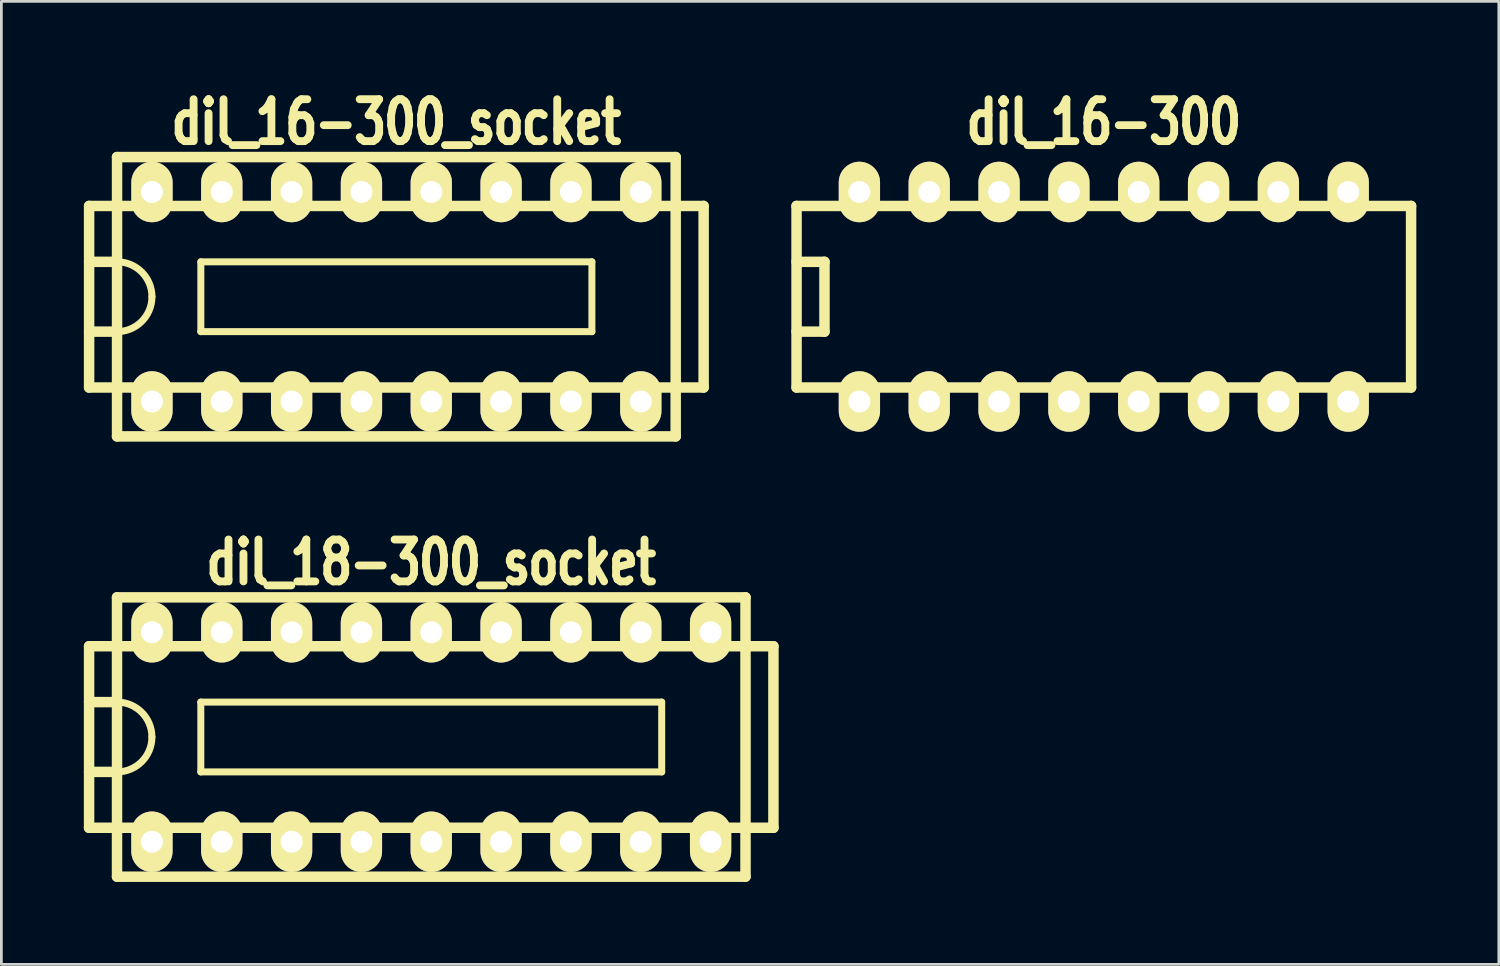
<source format=kicad_pcb>
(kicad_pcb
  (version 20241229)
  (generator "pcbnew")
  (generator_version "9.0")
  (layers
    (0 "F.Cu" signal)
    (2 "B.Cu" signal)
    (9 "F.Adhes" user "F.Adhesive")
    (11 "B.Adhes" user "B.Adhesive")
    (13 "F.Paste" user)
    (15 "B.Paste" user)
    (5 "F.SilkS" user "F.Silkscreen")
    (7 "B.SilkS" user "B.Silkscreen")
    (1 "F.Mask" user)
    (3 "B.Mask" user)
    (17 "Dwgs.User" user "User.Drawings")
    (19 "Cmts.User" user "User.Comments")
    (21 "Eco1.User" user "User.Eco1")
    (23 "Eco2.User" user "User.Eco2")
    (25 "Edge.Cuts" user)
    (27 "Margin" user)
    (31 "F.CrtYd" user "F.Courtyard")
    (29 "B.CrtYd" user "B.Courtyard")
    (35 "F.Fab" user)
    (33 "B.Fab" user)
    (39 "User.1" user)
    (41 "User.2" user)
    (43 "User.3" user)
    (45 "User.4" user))
  (footprint "dil_18-300_socket"
    (layer "F.Cu")
    (at 12.636 23.757)
    (property "Reference" "dil_18-300_socket" (at 0 -6.35 0) (layer "F.SilkS") (effects (font (size 1.524 1.143) (thickness 0.287))))
    (attr through_hole)
    (fp_line (start -12.446 -3.302) (end 12.446 -3.302) (stroke (width 0.381) (type solid)) (layer "F.SilkS"))
    (fp_line (start -12.446 3.302) (end -12.446 -3.302) (stroke (width 0.381) (type solid)) (layer "F.SilkS"))
    (fp_line (start -12.446 3.302) (end 12.446 3.302) (stroke (width 0.381) (type solid)) (layer "F.SilkS"))
    (fp_line (start -11.43 -5.08) (end 11.43 -5.08) (stroke (width 0.381) (type solid)) (layer "F.SilkS"))
    (fp_line (start -11.43 -1.27) (end -12.446 -1.27) (stroke (width 0.381) (type solid)) (layer "F.SilkS"))
    (fp_line (start -11.43 1.27) (end -12.446 1.27) (stroke (width 0.381) (type solid)) (layer "F.SilkS"))
    (fp_line (start -11.43 5.08) (end -11.43 -5.08) (stroke (width 0.381) (type solid)) (layer "F.SilkS"))
    (fp_line (start -8.382 -1.27) (end -8.382 1.27) (stroke (width 0.254) (type solid)) (layer "F.SilkS"))
    (fp_line (start -8.382 -1.27) (end 8.382 -1.27) (stroke (width 0.254) (type solid)) (layer "F.SilkS"))
    (fp_line (start 8.382 1.27) (end -8.382 1.27) (stroke (width 0.254) (type solid)) (layer "F.SilkS"))
    (fp_line (start 8.382 1.27) (end 8.382 -1.27) (stroke (width 0.254) (type solid)) (layer "F.SilkS"))
    (fp_line (start 11.43 -5.08) (end 11.43 5.08) (stroke (width 0.381) (type solid)) (layer "F.SilkS"))
    (fp_line (start 11.43 5.08) (end -11.43 5.08) (stroke (width 0.381) (type solid)) (layer "F.SilkS"))
    (fp_line (start 12.446 -3.302) (end 12.446 3.302) (stroke (width 0.381) (type solid)) (layer "F.SilkS"))
    (fp_arc (start -11.43 -1.27) (mid -10.531974 -0.898026) (end -10.16 0) (stroke (width 0.254) (type solid)) (layer "F.SilkS"))
    (fp_arc (start -10.16 0) (mid -10.531974 0.898026) (end -11.43 1.27) (stroke (width 0.254) (type solid)) (layer "F.SilkS"))
    (pad "1" thru_hole oval (at -10.16 3.81) (size 1.501 2.2) (drill 0.8) (layers "*.Cu" "*.Mask" "F.SilkS"))
    (pad "2" thru_hole oval (at -7.62 3.81) (size 1.501 2.2) (drill 0.8) (layers "*.Cu" "*.Mask" "F.SilkS"))
    (pad "3" thru_hole oval (at -5.08 3.81) (size 1.501 2.2) (drill 0.8) (layers "*.Cu" "*.Mask" "F.SilkS"))
    (pad "4" thru_hole oval (at -2.54 3.81) (size 1.501 2.2) (drill 0.8) (layers "*.Cu" "*.Mask" "F.SilkS"))
    (pad "5" thru_hole oval (at 0 3.81) (size 1.501 2.2) (drill 0.8) (layers "*.Cu" "*.Mask" "F.SilkS"))
    (pad "6" thru_hole oval (at 2.54 3.81) (size 1.501 2.2) (drill 0.8) (layers "*.Cu" "*.Mask" "F.SilkS"))
    (pad "7" thru_hole oval (at 5.08 3.81) (size 1.501 2.2) (drill 0.8) (layers "*.Cu" "*.Mask" "F.SilkS"))
    (pad "8" thru_hole oval (at 7.62 3.81) (size 1.501 2.2) (drill 0.8) (layers "*.Cu" "*.Mask" "F.SilkS"))
    (pad "9" thru_hole oval (at 10.16 3.81) (size 1.501 2.2) (drill 0.8) (layers "*.Cu" "*.Mask" "F.SilkS"))
    (pad "10" thru_hole oval (at 10.16 -3.81) (size 1.501 2.2) (drill 0.8) (layers "*.Cu" "*.Mask" "F.SilkS"))
    (pad "11" thru_hole oval (at 7.62 -3.81) (size 1.501 2.2) (drill 0.8) (layers "*.Cu" "*.Mask" "F.SilkS"))
    (pad "12" thru_hole oval (at 5.08 -3.81) (size 1.501 2.2) (drill 0.8) (layers "*.Cu" "*.Mask" "F.SilkS"))
    (pad "13" thru_hole oval (at 2.54 -3.81) (size 1.501 2.2) (drill 0.8) (layers "*.Cu" "*.Mask" "F.SilkS"))
    (pad "14" thru_hole oval (at 0 -3.81) (size 1.501 2.2) (drill 0.8) (layers "*.Cu" "*.Mask" "F.SilkS"))
    (pad "15" thru_hole oval (at -2.54 -3.81) (size 1.501 2.2) (drill 0.8) (layers "*.Cu" "*.Mask" "F.SilkS"))
    (pad "16" thru_hole oval (at -5.08 -3.81) (size 1.501 2.2) (drill 0.8) (layers "*.Cu" "*.Mask" "F.SilkS"))
    (pad "17" thru_hole oval (at -7.62 -3.81) (size 1.501 2.2) (drill 0.8) (layers "*.Cu" "*.Mask" "F.SilkS"))
    (pad "18" thru_hole oval (at -10.16 -3.81) (size 1.501 2.2) (drill 0.8) (layers "*.Cu" "*.Mask" "F.SilkS")))
  (footprint "dil_16-300"
    (layer "F.Cu")
    (at 37.099 7.743)
    (property "Reference" "dil_16-300" (at 0 -6.35 0) (layer "F.SilkS") (effects (font (size 1.524 1.143) (thickness 0.287))))
    (attr through_hole)
    (fp_line (start -11.176 -3.302) (end 11.176 -3.302) (stroke (width 0.381) (type solid)) (layer "F.SilkS"))
    (fp_line (start -11.176 3.302) (end -11.176 -3.302) (stroke (width 0.381) (type solid)) (layer "F.SilkS"))
    (fp_line (start -10.16 -1.27) (end -11.176 -1.27) (stroke (width 0.381) (type solid)) (layer "F.SilkS"))
    (fp_line (start -10.16 -1.27) (end -10.16 1.27) (stroke (width 0.381) (type solid)) (layer "F.SilkS"))
    (fp_line (start -10.16 1.27) (end -11.176 1.27) (stroke (width 0.381) (type solid)) (layer "F.SilkS"))
    (fp_line (start 11.176 -3.302) (end 11.176 3.302) (stroke (width 0.381) (type solid)) (layer "F.SilkS"))
    (fp_line (start 11.176 3.302) (end -11.176 3.302) (stroke (width 0.381) (type solid)) (layer "F.SilkS"))
    (pad "1" thru_hole oval (at -8.89 3.81) (size 1.501 2.2) (drill 0.8) (layers "*.Cu" "*.Mask" "F.SilkS"))
    (pad "2" thru_hole oval (at -6.35 3.81) (size 1.501 2.2) (drill 0.8) (layers "*.Cu" "*.Mask" "F.SilkS"))
    (pad "3" thru_hole oval (at -3.81 3.81) (size 1.501 2.2) (drill 0.8) (layers "*.Cu" "*.Mask" "F.SilkS"))
    (pad "4" thru_hole oval (at -1.27 3.81) (size 1.501 2.2) (drill 0.8) (layers "*.Cu" "*.Mask" "F.SilkS"))
    (pad "5" thru_hole oval (at 1.27 3.81) (size 1.501 2.2) (drill 0.8) (layers "*.Cu" "*.Mask" "F.SilkS"))
    (pad "6" thru_hole oval (at 3.81 3.81) (size 1.501 2.2) (drill 0.8) (layers "*.Cu" "*.Mask" "F.SilkS"))
    (pad "7" thru_hole oval (at 6.35 3.81) (size 1.501 2.2) (drill 0.8) (layers "*.Cu" "*.Mask" "F.SilkS"))
    (pad "8" thru_hole oval (at 8.89 3.81) (size 1.501 2.2) (drill 0.8) (layers "*.Cu" "*.Mask" "F.SilkS"))
    (pad "9" thru_hole oval (at 8.89 -3.81) (size 1.501 2.2) (drill 0.8) (layers "*.Cu" "*.Mask" "F.SilkS"))
    (pad "10" thru_hole oval (at 6.35 -3.81) (size 1.501 2.2) (drill 0.8) (layers "*.Cu" "*.Mask" "F.SilkS"))
    (pad "11" thru_hole oval (at 3.81 -3.81) (size 1.501 2.2) (drill 0.8) (layers "*.Cu" "*.Mask" "F.SilkS"))
    (pad "12" thru_hole oval (at 1.27 -3.81) (size 1.501 2.2) (drill 0.8) (layers "*.Cu" "*.Mask" "F.SilkS"))
    (pad "13" thru_hole oval (at -1.27 -3.81) (size 1.501 2.2) (drill 0.8) (layers "*.Cu" "*.Mask" "F.SilkS"))
    (pad "14" thru_hole oval (at -3.81 -3.81) (size 1.501 2.2) (drill 0.8) (layers "*.Cu" "*.Mask" "F.SilkS"))
    (pad "15" thru_hole oval (at -6.35 -3.81) (size 1.501 2.2) (drill 0.8) (layers "*.Cu" "*.Mask" "F.SilkS"))
    (pad "16" thru_hole oval (at -8.89 -3.81) (size 1.501 2.2) (drill 0.8) (layers "*.Cu" "*.Mask" "F.SilkS")))
  (footprint "dil_16-300_socket"
    (layer "F.Cu")
    (at 11.367 7.743)
    (property "Reference" "dil_16-300_socket" (at 0 -6.35 0) (layer "F.SilkS") (effects (font (size 1.524 1.143) (thickness 0.287))))
    (attr through_hole)
    (fp_line (start -11.176 -3.302) (end 11.176 -3.302) (stroke (width 0.381) (type solid)) (layer "F.SilkS"))
    (fp_line (start -11.176 3.302) (end -11.176 -3.302) (stroke (width 0.381) (type solid)) (layer "F.SilkS"))
    (fp_line (start -10.16 -1.27) (end -11.176 -1.27) (stroke (width 0.381) (type solid)) (layer "F.SilkS"))
    (fp_line (start -10.16 1.27) (end -11.176 1.27) (stroke (width 0.381) (type solid)) (layer "F.SilkS"))
    (fp_line (start -10.16 5.08) (end -10.16 -5.08) (stroke (width 0.381) (type solid)) (layer "F.SilkS"))
    (fp_line (start -10.16 5.08) (end 10.16 5.08) (stroke (width 0.381) (type solid)) (layer "F.SilkS"))
    (fp_line (start -7.112 -1.27) (end -7.112 1.27) (stroke (width 0.254) (type solid)) (layer "F.SilkS"))
    (fp_line (start -7.112 -1.27) (end 7.112 -1.27) (stroke (width 0.254) (type solid)) (layer "F.SilkS"))
    (fp_line (start 7.112 1.27) (end -7.112 1.27) (stroke (width 0.254) (type solid)) (layer "F.SilkS"))
    (fp_line (start 7.112 1.27) (end 7.112 -1.27) (stroke (width 0.254) (type solid)) (layer "F.SilkS"))
    (fp_line (start 10.16 -5.08) (end -10.16 -5.08) (stroke (width 0.381) (type solid)) (layer "F.SilkS"))
    (fp_line (start 10.16 -5.08) (end 10.16 5.08) (stroke (width 0.381) (type solid)) (layer "F.SilkS"))
    (fp_line (start 11.176 -3.302) (end 11.176 3.302) (stroke (width 0.381) (type solid)) (layer "F.SilkS"))
    (fp_line (start 11.176 3.302) (end -11.176 3.302) (stroke (width 0.381) (type solid)) (layer "F.SilkS"))
    (fp_arc (start -10.16 -1.27) (mid -9.261974 -0.898026) (end -8.89 0) (stroke (width 0.254) (type solid)) (layer "F.SilkS"))
    (fp_arc (start -8.89 0) (mid -9.261974 0.898026) (end -10.16 1.27) (stroke (width 0.254) (type solid)) (layer "F.SilkS"))
    (pad "1" thru_hole oval (at -8.89 3.81) (size 1.501 2.2) (drill 0.8) (layers "*.Cu" "*.Mask" "F.SilkS"))
    (pad "2" thru_hole oval (at -6.35 3.81) (size 1.501 2.2) (drill 0.8) (layers "*.Cu" "*.Mask" "F.SilkS"))
    (pad "3" thru_hole oval (at -3.81 3.81) (size 1.501 2.2) (drill 0.8) (layers "*.Cu" "*.Mask" "F.SilkS"))
    (pad "4" thru_hole oval (at -1.27 3.81) (size 1.501 2.2) (drill 0.8) (layers "*.Cu" "*.Mask" "F.SilkS"))
    (pad "5" thru_hole oval (at 1.27 3.81) (size 1.501 2.2) (drill 0.8) (layers "*.Cu" "*.Mask" "F.SilkS"))
    (pad "6" thru_hole oval (at 3.81 3.81) (size 1.501 2.2) (drill 0.8) (layers "*.Cu" "*.Mask" "F.SilkS"))
    (pad "7" thru_hole oval (at 6.35 3.81) (size 1.501 2.2) (drill 0.8) (layers "*.Cu" "*.Mask" "F.SilkS"))
    (pad "8" thru_hole oval (at 8.89 3.81) (size 1.501 2.2) (drill 0.8) (layers "*.Cu" "*.Mask" "F.SilkS"))
    (pad "9" thru_hole oval (at 8.89 -3.81) (size 1.501 2.2) (drill 0.8) (layers "*.Cu" "*.Mask" "F.SilkS"))
    (pad "10" thru_hole oval (at 6.35 -3.81) (size 1.501 2.2) (drill 0.8) (layers "*.Cu" "*.Mask" "F.SilkS"))
    (pad "11" thru_hole oval (at 3.81 -3.81) (size 1.501 2.2) (drill 0.8) (layers "*.Cu" "*.Mask" "F.SilkS"))
    (pad "12" thru_hole oval (at 1.27 -3.81) (size 1.501 2.2) (drill 0.8) (layers "*.Cu" "*.Mask" "F.SilkS"))
    (pad "13" thru_hole oval (at -1.27 -3.81) (size 1.501 2.2) (drill 0.8) (layers "*.Cu" "*.Mask" "F.SilkS"))
    (pad "14" thru_hole oval (at -3.81 -3.81) (size 1.501 2.2) (drill 0.8) (layers "*.Cu" "*.Mask" "F.SilkS"))
    (pad "15" thru_hole oval (at -6.35 -3.81) (size 1.501 2.2) (drill 0.8) (layers "*.Cu" "*.Mask" "F.SilkS"))
    (pad "16" thru_hole oval (at -8.89 -3.81) (size 1.501 2.2) (drill 0.8) (layers "*.Cu" "*.Mask" "F.SilkS")))
  (gr_rect
    (start -3 -3)
    (end 51.466 32.027)
    (stroke (width 0.1) (type default))
    (fill no)
    (layer "Edge.Cuts")))
</source>
